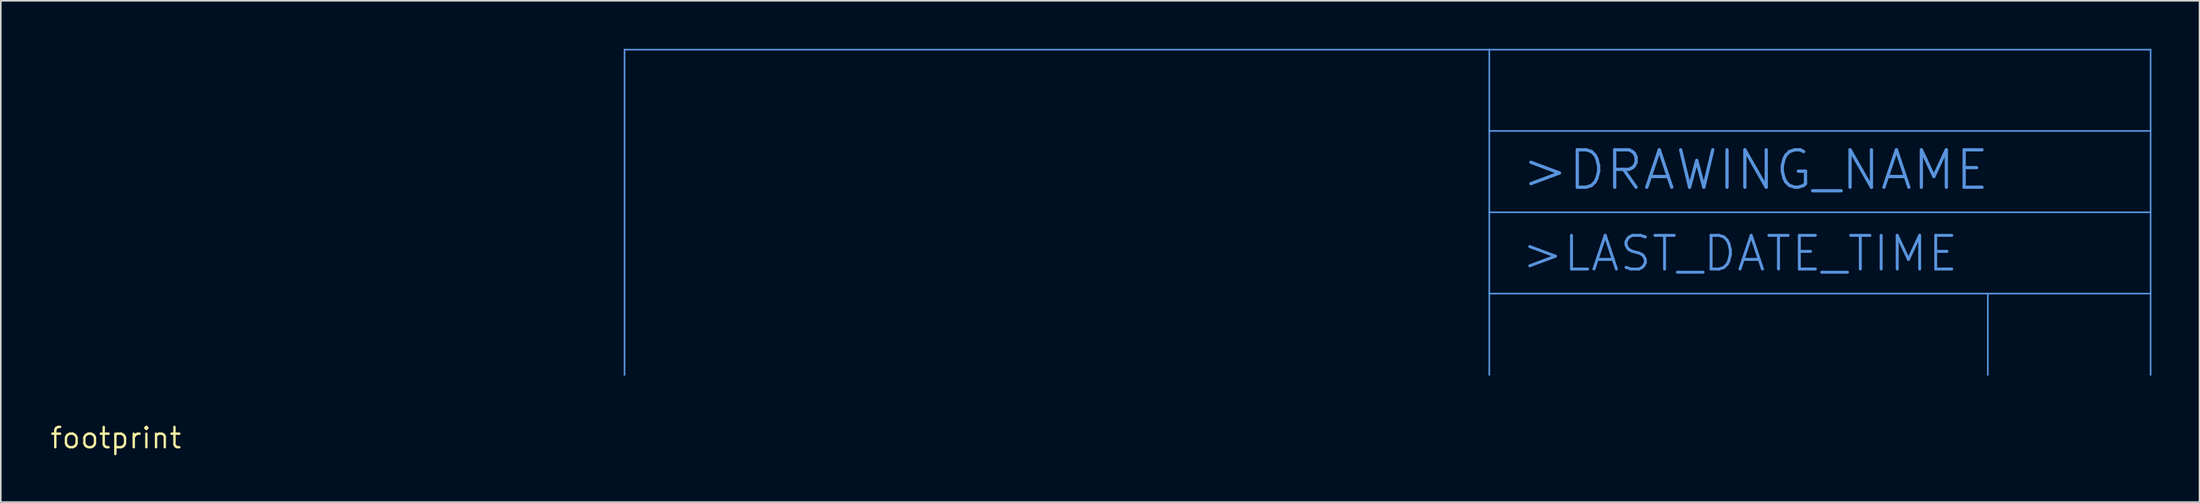
<source format=kicad_pcb>
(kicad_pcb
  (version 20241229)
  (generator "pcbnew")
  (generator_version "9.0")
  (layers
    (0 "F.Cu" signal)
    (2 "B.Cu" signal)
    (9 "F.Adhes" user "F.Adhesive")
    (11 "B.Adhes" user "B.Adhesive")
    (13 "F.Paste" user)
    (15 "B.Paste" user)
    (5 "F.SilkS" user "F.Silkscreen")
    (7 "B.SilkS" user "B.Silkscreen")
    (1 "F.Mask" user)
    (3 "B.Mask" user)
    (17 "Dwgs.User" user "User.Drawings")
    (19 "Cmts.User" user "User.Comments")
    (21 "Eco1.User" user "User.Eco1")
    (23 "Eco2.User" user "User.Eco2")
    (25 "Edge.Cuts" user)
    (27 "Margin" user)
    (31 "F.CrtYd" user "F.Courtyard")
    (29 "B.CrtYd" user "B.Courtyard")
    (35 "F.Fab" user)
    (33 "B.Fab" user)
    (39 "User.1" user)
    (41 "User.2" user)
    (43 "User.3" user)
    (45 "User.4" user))
  (footprint "footprint"
    (layer "F.Cu")
    (at 4.18 24.308)
    (property "Reference" "footprint" (at 0 0 0) (layer "F.SilkS") (effects (font (size 1.27 1.27) (thickness 0.15))))
    (fp_line (start 31.75 -24.257) (end 85.725 -24.257) (stroke (width 0.102) (type solid)) (layer "Cmts.User"))
    (fp_line (start 31.75 -3.937) (end 31.75 -24.257) (stroke (width 0.102) (type solid)) (layer "Cmts.User"))
    (fp_line (start 85.725 -24.257) (end 127 -24.257) (stroke (width 0.102) (type solid)) (layer "Cmts.User"))
    (fp_line (start 85.725 -19.177) (end 85.725 -24.257) (stroke (width 0.102) (type solid)) (layer "Cmts.User"))
    (fp_line (start 85.725 -19.177) (end 127 -19.177) (stroke (width 0.102) (type solid)) (layer "Cmts.User"))
    (fp_line (start 85.725 -14.097) (end 85.725 -19.177) (stroke (width 0.102) (type solid)) (layer "Cmts.User"))
    (fp_line (start 85.725 -14.097) (end 127 -14.097) (stroke (width 0.102) (type solid)) (layer "Cmts.User"))
    (fp_line (start 85.725 -9.017) (end 85.725 -14.097) (stroke (width 0.102) (type solid)) (layer "Cmts.User"))
    (fp_line (start 85.725 -9.017) (end 85.725 -3.937) (stroke (width 0.102) (type solid)) (layer "Cmts.User"))
    (fp_line (start 116.84 -9.017) (end 85.725 -9.017) (stroke (width 0.102) (type solid)) (layer "Cmts.User"))
    (fp_line (start 116.84 -9.017) (end 127 -9.017) (stroke (width 0.102) (type solid)) (layer "Cmts.User"))
    (fp_line (start 116.84 -3.937) (end 116.84 -9.017) (stroke (width 0.102) (type solid)) (layer "Cmts.User"))
    (fp_line (start 127 -19.177) (end 127 -24.257) (stroke (width 0.102) (type solid)) (layer "Cmts.User"))
    (fp_line (start 127 -14.097) (end 127 -19.177) (stroke (width 0.102) (type solid)) (layer "Cmts.User"))
    (fp_line (start 127 -9.017) (end 127 -14.097) (stroke (width 0.102) (type solid)) (layer "Cmts.User"))
    (fp_line (start 127 -3.937) (end 127 -9.017) (stroke (width 0.102) (type solid)) (layer "Cmts.User"))
    (fp_text user ">LAST_DATE_TIME" (at 87.63 -10.287 0) (layer "Cmts.User") (effects (font (size 2.103 2.103) (thickness 0.183)) (justify left bottom)))
    (fp_text user ">DRAWING_NAME" (at 87.63 -15.367 0) (layer "Cmts.User") (effects (font (size 2.337 2.337) (thickness 0.203)) (justify left bottom))))
  (gr_rect
    (start -3 -3)
    (end 134.231 28.314)
    (stroke (width 0.1) (type default))
    (fill no)
    (layer "Edge.Cuts")))
</source>
